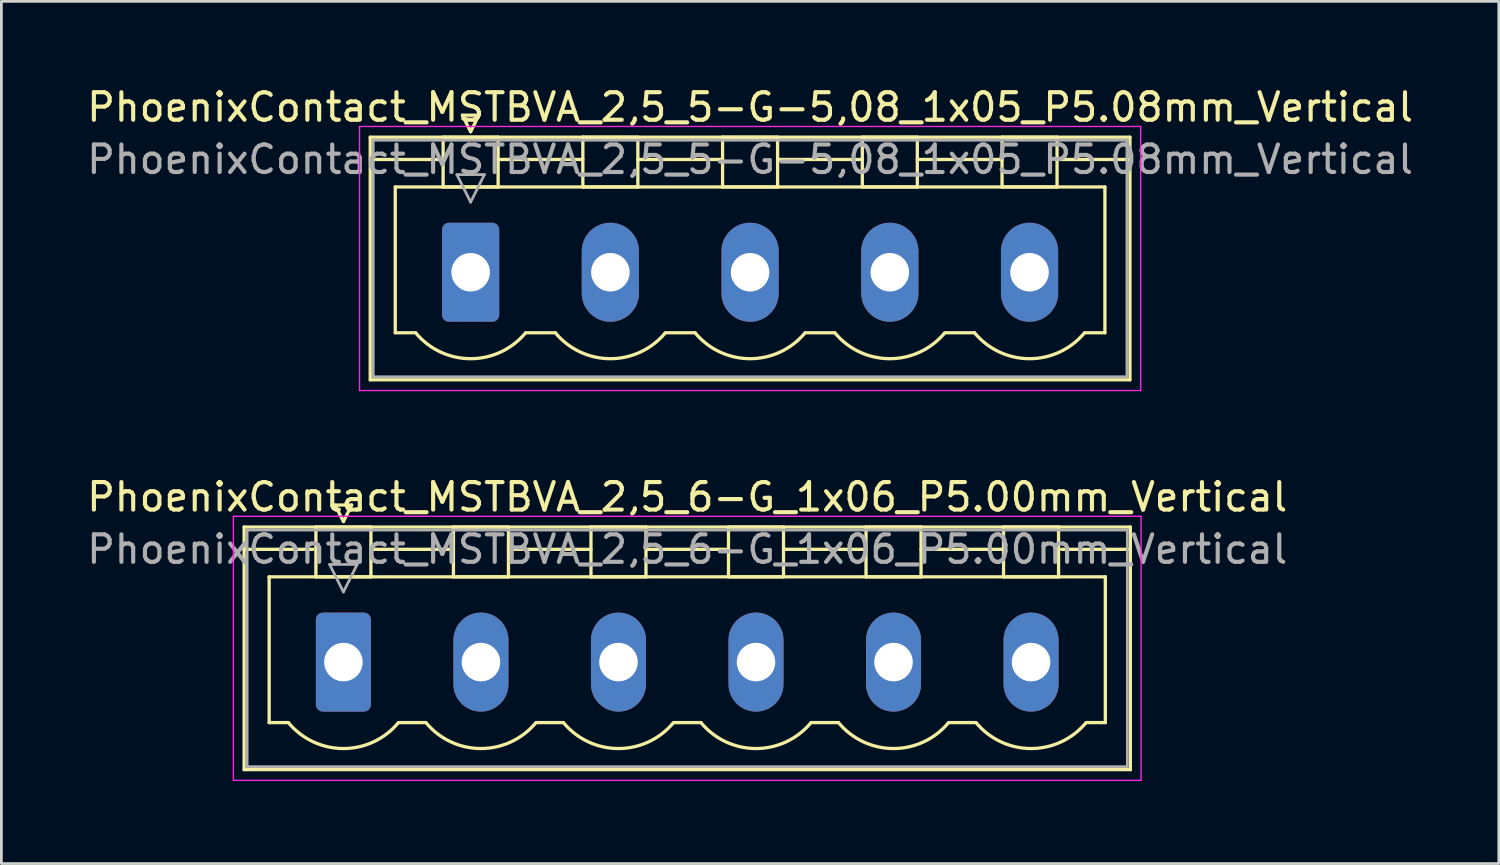
<source format=kicad_pcb>
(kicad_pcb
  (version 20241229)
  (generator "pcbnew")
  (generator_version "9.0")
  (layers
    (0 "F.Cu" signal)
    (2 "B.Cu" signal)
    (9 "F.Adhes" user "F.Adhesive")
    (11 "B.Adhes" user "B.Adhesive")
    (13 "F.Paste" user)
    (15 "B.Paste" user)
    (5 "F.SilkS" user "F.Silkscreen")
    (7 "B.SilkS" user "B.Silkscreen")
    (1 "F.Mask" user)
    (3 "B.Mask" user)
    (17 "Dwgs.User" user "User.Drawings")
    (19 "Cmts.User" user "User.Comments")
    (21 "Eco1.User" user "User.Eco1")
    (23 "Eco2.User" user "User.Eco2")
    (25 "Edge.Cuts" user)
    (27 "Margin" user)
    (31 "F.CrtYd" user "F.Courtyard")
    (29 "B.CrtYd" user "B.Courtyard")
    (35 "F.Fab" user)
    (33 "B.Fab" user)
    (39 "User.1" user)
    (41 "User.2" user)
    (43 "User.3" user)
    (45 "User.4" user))
  (footprint "PhoenixContact_MSTBVA_2,5_5-G-5,08_1x05_P5.08mm_Vertical"
    (layer "F.Cu")
    (at 14.06 6.848)
    (property "Reference" "PhoenixContact_MSTBVA_2,5_5-G-5,08_1x05_P5.08mm_Vertical" (at 10.16 -6 0) (layer "F.SilkS") (effects (font (size 1 1) (thickness 0.15))))
    (attr through_hole)
    (fp_line (start -3.65 -4.91) (end -3.65 3.91) (stroke (width 0.12) (type solid)) (layer "F.SilkS"))
    (fp_line (start -3.65 -4.1) (end -1.11 -4.1) (stroke (width 0.12) (type solid)) (layer "F.SilkS"))
    (fp_line (start -3.65 3.91) (end 23.97 3.91) (stroke (width 0.12) (type solid)) (layer "F.SilkS"))
    (fp_line (start -2.74 -3.1) (end 23.06 -3.1) (stroke (width 0.12) (type solid)) (layer "F.SilkS"))
    (fp_line (start -2.74 2.2) (end -2.74 -3.1) (stroke (width 0.12) (type solid)) (layer "F.SilkS"))
    (fp_line (start -2 2.2) (end -2.74 2.2) (stroke (width 0.12) (type solid)) (layer "F.SilkS"))
    (fp_line (start -1 -4.91) (end 1 -4.91) (stroke (width 0.12) (type solid)) (layer "F.SilkS"))
    (fp_line (start -1 -3.1) (end -1 -4.91) (stroke (width 0.12) (type solid)) (layer "F.SilkS"))
    (fp_line (start -0.3 -5.71) (end 0.3 -5.71) (stroke (width 0.12) (type solid)) (layer "F.SilkS"))
    (fp_line (start 0 -5.11) (end -0.3 -5.71) (stroke (width 0.12) (type solid)) (layer "F.SilkS"))
    (fp_line (start 0.3 -5.71) (end 0 -5.11) (stroke (width 0.12) (type solid)) (layer "F.SilkS"))
    (fp_line (start 1 -4.91) (end 1 -3.1) (stroke (width 0.12) (type solid)) (layer "F.SilkS"))
    (fp_line (start 1 -4.1) (end 4.08 -4.1) (stroke (width 0.12) (type solid)) (layer "F.SilkS"))
    (fp_line (start 1 -3.1) (end -1 -3.1) (stroke (width 0.12) (type solid)) (layer "F.SilkS"))
    (fp_line (start 2 2.2) (end 3.08 2.2) (stroke (width 0.12) (type solid)) (layer "F.SilkS"))
    (fp_line (start 4.08 -4.91) (end 6.08 -4.91) (stroke (width 0.12) (type solid)) (layer "F.SilkS"))
    (fp_line (start 4.08 -3.1) (end 4.08 -4.91) (stroke (width 0.12) (type solid)) (layer "F.SilkS"))
    (fp_line (start 6.08 -4.91) (end 6.08 -3.1) (stroke (width 0.12) (type solid)) (layer "F.SilkS"))
    (fp_line (start 6.08 -4.1) (end 9.16 -4.1) (stroke (width 0.12) (type solid)) (layer "F.SilkS"))
    (fp_line (start 6.08 -3.1) (end 4.08 -3.1) (stroke (width 0.12) (type solid)) (layer "F.SilkS"))
    (fp_line (start 7.08 2.2) (end 8.16 2.2) (stroke (width 0.12) (type solid)) (layer "F.SilkS"))
    (fp_line (start 9.16 -4.91) (end 11.16 -4.91) (stroke (width 0.12) (type solid)) (layer "F.SilkS"))
    (fp_line (start 9.16 -3.1) (end 9.16 -4.91) (stroke (width 0.12) (type solid)) (layer "F.SilkS"))
    (fp_line (start 11.16 -4.91) (end 11.16 -3.1) (stroke (width 0.12) (type solid)) (layer "F.SilkS"))
    (fp_line (start 11.16 -4.1) (end 14.24 -4.1) (stroke (width 0.12) (type solid)) (layer "F.SilkS"))
    (fp_line (start 11.16 -3.1) (end 9.16 -3.1) (stroke (width 0.12) (type solid)) (layer "F.SilkS"))
    (fp_line (start 12.16 2.2) (end 13.24 2.2) (stroke (width 0.12) (type solid)) (layer "F.SilkS"))
    (fp_line (start 14.24 -4.91) (end 16.24 -4.91) (stroke (width 0.12) (type solid)) (layer "F.SilkS"))
    (fp_line (start 14.24 -3.1) (end 14.24 -4.91) (stroke (width 0.12) (type solid)) (layer "F.SilkS"))
    (fp_line (start 16.24 -4.91) (end 16.24 -3.1) (stroke (width 0.12) (type solid)) (layer "F.SilkS"))
    (fp_line (start 16.24 -4.1) (end 19.32 -4.1) (stroke (width 0.12) (type solid)) (layer "F.SilkS"))
    (fp_line (start 16.24 -3.1) (end 14.24 -3.1) (stroke (width 0.12) (type solid)) (layer "F.SilkS"))
    (fp_line (start 17.24 2.2) (end 18.32 2.2) (stroke (width 0.12) (type solid)) (layer "F.SilkS"))
    (fp_line (start 19.32 -4.91) (end 21.32 -4.91) (stroke (width 0.12) (type solid)) (layer "F.SilkS"))
    (fp_line (start 19.32 -3.1) (end 19.32 -4.91) (stroke (width 0.12) (type solid)) (layer "F.SilkS"))
    (fp_line (start 21.32 -4.91) (end 21.32 -3.1) (stroke (width 0.12) (type solid)) (layer "F.SilkS"))
    (fp_line (start 21.32 -3.1) (end 19.32 -3.1) (stroke (width 0.12) (type solid)) (layer "F.SilkS"))
    (fp_line (start 23.06 -3.1) (end 23.06 2.2) (stroke (width 0.12) (type solid)) (layer "F.SilkS"))
    (fp_line (start 23.06 2.2) (end 22.32 2.2) (stroke (width 0.12) (type solid)) (layer "F.SilkS"))
    (fp_line (start 23.97 -4.91) (end -3.65 -4.91) (stroke (width 0.12) (type solid)) (layer "F.SilkS"))
    (fp_line (start 23.97 -4.1) (end 21.43 -4.1) (stroke (width 0.12) (type solid)) (layer "F.SilkS"))
    (fp_line (start 23.97 3.91) (end 23.97 -4.91) (stroke (width 0.12) (type solid)) (layer "F.SilkS"))
    (fp_arc (start 1.986842 2.215821) (mid -0.010289 3.142758) (end -2 2.2) (stroke (width 0.12) (type solid)) (layer "F.SilkS"))
    (fp_arc (start 7.066842 2.215821) (mid 5.069711 3.142758) (end 3.08 2.2) (stroke (width 0.12) (type solid)) (layer "F.SilkS"))
    (fp_arc (start 12.146842 2.215821) (mid 10.149711 3.142758) (end 8.16 2.2) (stroke (width 0.12) (type solid)) (layer "F.SilkS"))
    (fp_arc (start 17.226842 2.215821) (mid 15.229711 3.142758) (end 13.24 2.2) (stroke (width 0.12) (type solid)) (layer "F.SilkS"))
    (fp_arc (start 22.306842 2.215821) (mid 20.309711 3.142758) (end 18.32 2.2) (stroke (width 0.12) (type solid)) (layer "F.SilkS"))
    (fp_line (start -4.04 -5.3) (end -4.04 4.3) (stroke (width 0.05) (type solid)) (layer "F.CrtYd"))
    (fp_line (start -4.04 4.3) (end 24.36 4.3) (stroke (width 0.05) (type solid)) (layer "F.CrtYd"))
    (fp_line (start 24.36 -5.3) (end -4.04 -5.3) (stroke (width 0.05) (type solid)) (layer "F.CrtYd"))
    (fp_line (start 24.36 4.3) (end 24.36 -5.3) (stroke (width 0.05) (type solid)) (layer "F.CrtYd"))
    (fp_line (start -3.54 -4.8) (end -3.54 3.8) (stroke (width 0.1) (type solid)) (layer "F.Fab"))
    (fp_line (start -3.54 3.8) (end 23.86 3.8) (stroke (width 0.1) (type solid)) (layer "F.Fab"))
    (fp_line (start -0.5 -3.55) (end 0.5 -3.55) (stroke (width 0.1) (type solid)) (layer "F.Fab"))
    (fp_line (start 0 -2.55) (end -0.5 -3.55) (stroke (width 0.1) (type solid)) (layer "F.Fab"))
    (fp_line (start 0.5 -3.55) (end 0 -2.55) (stroke (width 0.1) (type solid)) (layer "F.Fab"))
    (fp_line (start 23.86 -4.8) (end -3.54 -4.8) (stroke (width 0.1) (type solid)) (layer "F.Fab"))
    (fp_line (start 23.86 3.8) (end 23.86 -4.8) (stroke (width 0.1) (type solid)) (layer "F.Fab"))
    (fp_text user "${REFERENCE}" (at 10.16 -4.1 0) (layer "F.Fab") (effects (font (size 1 1) (thickness 0.15))))
    (pad "1" thru_hole roundrect (at 0 0) (size 2.08 3.6) (drill 1.4) (layers "*.Cu" "*.Mask") (roundrect_rratio 0.12))
    (pad "2" thru_hole oval (at 5.08 0) (size 2.08 3.6) (drill 1.4) (layers "*.Cu" "*.Mask"))
    (pad "3" thru_hole oval (at 10.16 0) (size 2.08 3.6) (drill 1.4) (layers "*.Cu" "*.Mask"))
    (pad "4" thru_hole oval (at 15.24 0) (size 2.08 3.6) (drill 1.4) (layers "*.Cu" "*.Mask"))
    (pad "5" thru_hole oval (at 20.32 0) (size 2.08 3.6) (drill 1.4) (layers "*.Cu" "*.Mask")))
  (footprint "PhoenixContact_MSTBVA_2,5_6-G_1x06_P5.00mm_Vertical"
    (layer "F.Cu")
    (at 9.435 21.021)
    (property "Reference" "PhoenixContact_MSTBVA_2,5_6-G_1x06_P5.00mm_Vertical" (at 12.5 -6 0) (layer "F.SilkS") (effects (font (size 1 1) (thickness 0.15))))
    (attr through_hole)
    (fp_line (start -3.61 -4.91) (end -3.61 3.91) (stroke (width 0.12) (type solid)) (layer "F.SilkS"))
    (fp_line (start -3.61 -4.1) (end -1.11 -4.1) (stroke (width 0.12) (type solid)) (layer "F.SilkS"))
    (fp_line (start -3.61 3.91) (end 28.61 3.91) (stroke (width 0.12) (type solid)) (layer "F.SilkS"))
    (fp_line (start -2.7 -3.1) (end 27.7 -3.1) (stroke (width 0.12) (type solid)) (layer "F.SilkS"))
    (fp_line (start -2.7 2.2) (end -2.7 -3.1) (stroke (width 0.12) (type solid)) (layer "F.SilkS"))
    (fp_line (start -2 2.2) (end -2.7 2.2) (stroke (width 0.12) (type solid)) (layer "F.SilkS"))
    (fp_line (start -1 -4.91) (end 1 -4.91) (stroke (width 0.12) (type solid)) (layer "F.SilkS"))
    (fp_line (start -1 -3.1) (end -1 -4.91) (stroke (width 0.12) (type solid)) (layer "F.SilkS"))
    (fp_line (start -0.3 -5.71) (end 0.3 -5.71) (stroke (width 0.12) (type solid)) (layer "F.SilkS"))
    (fp_line (start 0 -5.11) (end -0.3 -5.71) (stroke (width 0.12) (type solid)) (layer "F.SilkS"))
    (fp_line (start 0.3 -5.71) (end 0 -5.11) (stroke (width 0.12) (type solid)) (layer "F.SilkS"))
    (fp_line (start 1 -4.91) (end 1 -3.1) (stroke (width 0.12) (type solid)) (layer "F.SilkS"))
    (fp_line (start 1 -4.1) (end 4 -4.1) (stroke (width 0.12) (type solid)) (layer "F.SilkS"))
    (fp_line (start 1 -3.1) (end -1 -3.1) (stroke (width 0.12) (type solid)) (layer "F.SilkS"))
    (fp_line (start 2 2.2) (end 3 2.2) (stroke (width 0.12) (type solid)) (layer "F.SilkS"))
    (fp_line (start 4 -4.91) (end 6 -4.91) (stroke (width 0.12) (type solid)) (layer "F.SilkS"))
    (fp_line (start 4 -3.1) (end 4 -4.91) (stroke (width 0.12) (type solid)) (layer "F.SilkS"))
    (fp_line (start 6 -4.91) (end 6 -3.1) (stroke (width 0.12) (type solid)) (layer "F.SilkS"))
    (fp_line (start 6 -4.1) (end 9 -4.1) (stroke (width 0.12) (type solid)) (layer "F.SilkS"))
    (fp_line (start 6 -3.1) (end 4 -3.1) (stroke (width 0.12) (type solid)) (layer "F.SilkS"))
    (fp_line (start 7 2.2) (end 8 2.2) (stroke (width 0.12) (type solid)) (layer "F.SilkS"))
    (fp_line (start 9 -4.91) (end 11 -4.91) (stroke (width 0.12) (type solid)) (layer "F.SilkS"))
    (fp_line (start 9 -3.1) (end 9 -4.91) (stroke (width 0.12) (type solid)) (layer "F.SilkS"))
    (fp_line (start 11 -4.91) (end 11 -3.1) (stroke (width 0.12) (type solid)) (layer "F.SilkS"))
    (fp_line (start 11 -4.1) (end 14 -4.1) (stroke (width 0.12) (type solid)) (layer "F.SilkS"))
    (fp_line (start 11 -3.1) (end 9 -3.1) (stroke (width 0.12) (type solid)) (layer "F.SilkS"))
    (fp_line (start 12 2.2) (end 13 2.2) (stroke (width 0.12) (type solid)) (layer "F.SilkS"))
    (fp_line (start 14 -4.91) (end 16 -4.91) (stroke (width 0.12) (type solid)) (layer "F.SilkS"))
    (fp_line (start 14 -3.1) (end 14 -4.91) (stroke (width 0.12) (type solid)) (layer "F.SilkS"))
    (fp_line (start 16 -4.91) (end 16 -3.1) (stroke (width 0.12) (type solid)) (layer "F.SilkS"))
    (fp_line (start 16 -4.1) (end 19 -4.1) (stroke (width 0.12) (type solid)) (layer "F.SilkS"))
    (fp_line (start 16 -3.1) (end 14 -3.1) (stroke (width 0.12) (type solid)) (layer "F.SilkS"))
    (fp_line (start 17 2.2) (end 18 2.2) (stroke (width 0.12) (type solid)) (layer "F.SilkS"))
    (fp_line (start 19 -4.91) (end 21 -4.91) (stroke (width 0.12) (type solid)) (layer "F.SilkS"))
    (fp_line (start 19 -3.1) (end 19 -4.91) (stroke (width 0.12) (type solid)) (layer "F.SilkS"))
    (fp_line (start 21 -4.91) (end 21 -3.1) (stroke (width 0.12) (type solid)) (layer "F.SilkS"))
    (fp_line (start 21 -4.1) (end 24 -4.1) (stroke (width 0.12) (type solid)) (layer "F.SilkS"))
    (fp_line (start 21 -3.1) (end 19 -3.1) (stroke (width 0.12) (type solid)) (layer "F.SilkS"))
    (fp_line (start 22 2.2) (end 23 2.2) (stroke (width 0.12) (type solid)) (layer "F.SilkS"))
    (fp_line (start 24 -4.91) (end 26 -4.91) (stroke (width 0.12) (type solid)) (layer "F.SilkS"))
    (fp_line (start 24 -3.1) (end 24 -4.91) (stroke (width 0.12) (type solid)) (layer "F.SilkS"))
    (fp_line (start 26 -4.91) (end 26 -3.1) (stroke (width 0.12) (type solid)) (layer "F.SilkS"))
    (fp_line (start 26 -3.1) (end 24 -3.1) (stroke (width 0.12) (type solid)) (layer "F.SilkS"))
    (fp_line (start 27.7 -3.1) (end 27.7 2.2) (stroke (width 0.12) (type solid)) (layer "F.SilkS"))
    (fp_line (start 27.7 2.2) (end 27 2.2) (stroke (width 0.12) (type solid)) (layer "F.SilkS"))
    (fp_line (start 28.61 -4.91) (end -3.61 -4.91) (stroke (width 0.12) (type solid)) (layer "F.SilkS"))
    (fp_line (start 28.61 -4.1) (end 26.11 -4.1) (stroke (width 0.12) (type solid)) (layer "F.SilkS"))
    (fp_line (start 28.61 3.91) (end 28.61 -4.91) (stroke (width 0.12) (type solid)) (layer "F.SilkS"))
    (fp_arc (start 1.986842 2.215821) (mid -0.010289 3.142758) (end -2 2.2) (stroke (width 0.12) (type solid)) (layer "F.SilkS"))
    (fp_arc (start 6.986842 2.215821) (mid 4.989711 3.142758) (end 3 2.2) (stroke (width 0.12) (type solid)) (layer "F.SilkS"))
    (fp_arc (start 11.986842 2.215821) (mid 9.989711 3.142758) (end 8 2.2) (stroke (width 0.12) (type solid)) (layer "F.SilkS"))
    (fp_arc (start 16.986842 2.215821) (mid 14.989711 3.142758) (end 13 2.2) (stroke (width 0.12) (type solid)) (layer "F.SilkS"))
    (fp_arc (start 21.986842 2.215821) (mid 19.989711 3.142758) (end 18 2.2) (stroke (width 0.12) (type solid)) (layer "F.SilkS"))
    (fp_arc (start 26.986842 2.215821) (mid 24.989711 3.142758) (end 23 2.2) (stroke (width 0.12) (type solid)) (layer "F.SilkS"))
    (fp_line (start -4 -5.3) (end -4 4.3) (stroke (width 0.05) (type solid)) (layer "F.CrtYd"))
    (fp_line (start -4 4.3) (end 29 4.3) (stroke (width 0.05) (type solid)) (layer "F.CrtYd"))
    (fp_line (start 29 -5.3) (end -4 -5.3) (stroke (width 0.05) (type solid)) (layer "F.CrtYd"))
    (fp_line (start 29 4.3) (end 29 -5.3) (stroke (width 0.05) (type solid)) (layer "F.CrtYd"))
    (fp_line (start -3.5 -4.8) (end -3.5 3.8) (stroke (width 0.1) (type solid)) (layer "F.Fab"))
    (fp_line (start -3.5 3.8) (end 28.5 3.8) (stroke (width 0.1) (type solid)) (layer "F.Fab"))
    (fp_line (start -0.5 -3.55) (end 0.5 -3.55) (stroke (width 0.1) (type solid)) (layer "F.Fab"))
    (fp_line (start 0 -2.55) (end -0.5 -3.55) (stroke (width 0.1) (type solid)) (layer "F.Fab"))
    (fp_line (start 0.5 -3.55) (end 0 -2.55) (stroke (width 0.1) (type solid)) (layer "F.Fab"))
    (fp_line (start 28.5 -4.8) (end -3.5 -4.8) (stroke (width 0.1) (type solid)) (layer "F.Fab"))
    (fp_line (start 28.5 3.8) (end 28.5 -4.8) (stroke (width 0.1) (type solid)) (layer "F.Fab"))
    (fp_text user "${REFERENCE}" (at 12.5 -4.1 0) (layer "F.Fab") (effects (font (size 1 1) (thickness 0.15))))
    (pad "1" thru_hole roundrect (at 0 0) (size 2 3.6) (drill 1.4) (layers "*.Cu" "*.Mask") (roundrect_rratio 0.125))
    (pad "2" thru_hole oval (at 5 0) (size 2 3.6) (drill 1.4) (layers "*.Cu" "*.Mask"))
    (pad "3" thru_hole oval (at 10 0) (size 2 3.6) (drill 1.4) (layers "*.Cu" "*.Mask"))
    (pad "4" thru_hole oval (at 15 0) (size 2 3.6) (drill 1.4) (layers "*.Cu" "*.Mask"))
    (pad "5" thru_hole oval (at 20 0) (size 2 3.6) (drill 1.4) (layers "*.Cu" "*.Mask"))
    (pad "6" thru_hole oval (at 25 0) (size 2 3.6) (drill 1.4) (layers "*.Cu" "*.Mask")))
  (gr_rect
    (start -3 -3)
    (end 51.44 28.346)
    (stroke (width 0.1) (type default))
    (fill no)
    (layer "Edge.Cuts")))
</source>
